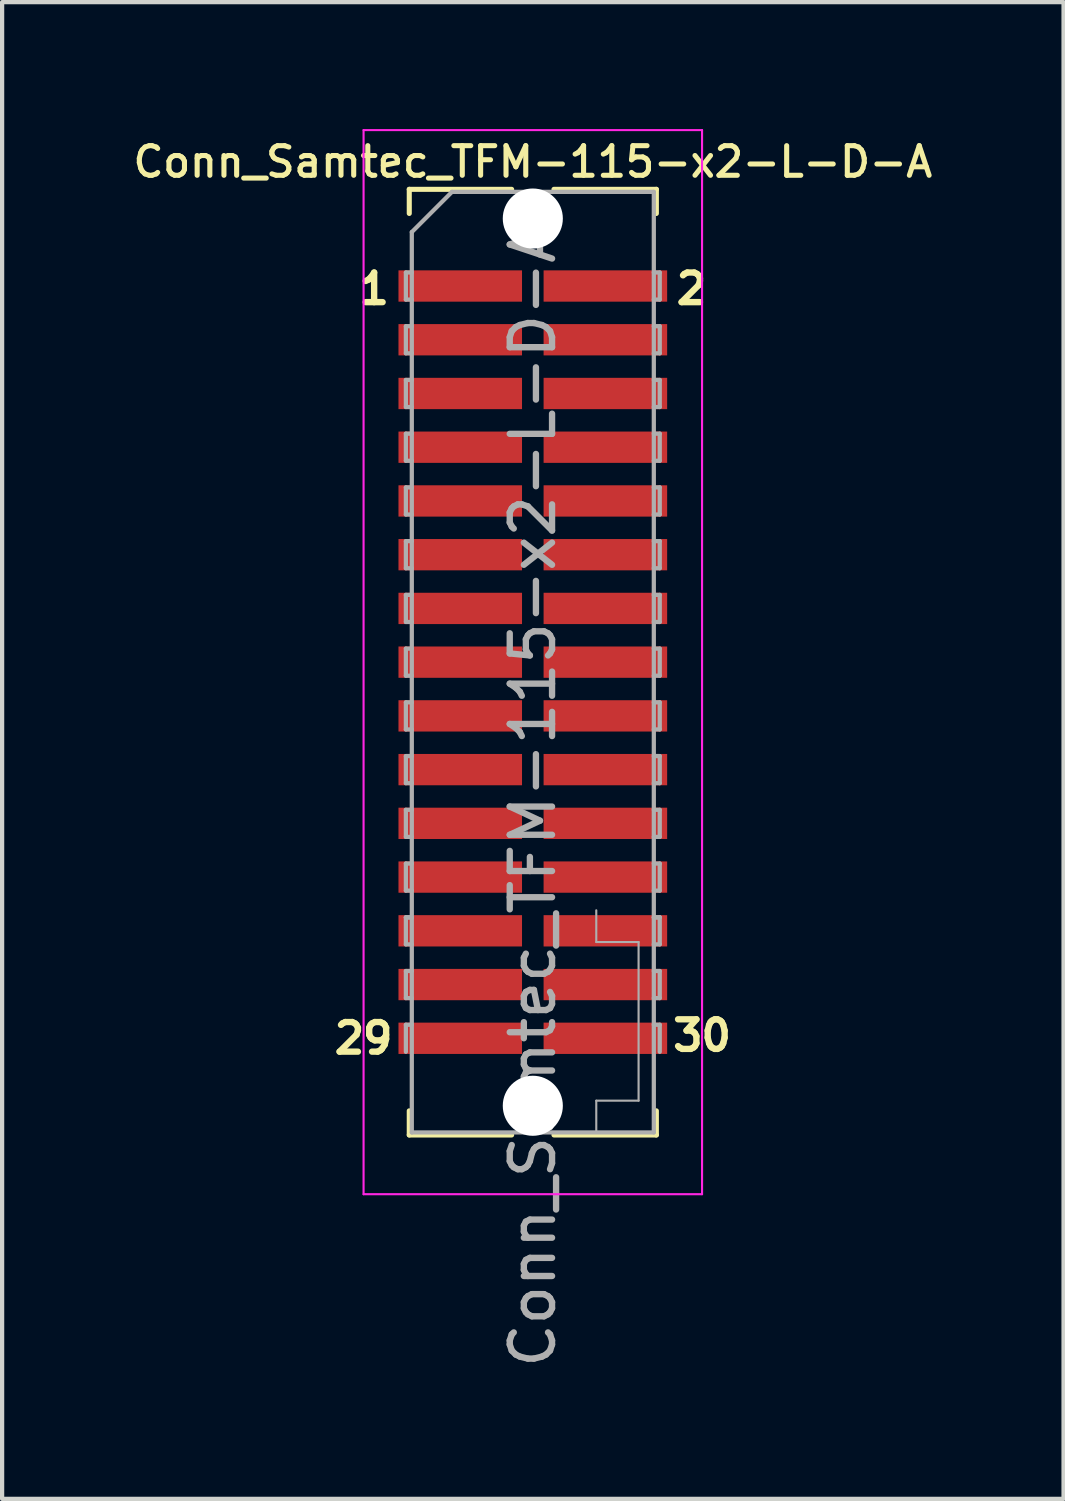
<source format=kicad_pcb>
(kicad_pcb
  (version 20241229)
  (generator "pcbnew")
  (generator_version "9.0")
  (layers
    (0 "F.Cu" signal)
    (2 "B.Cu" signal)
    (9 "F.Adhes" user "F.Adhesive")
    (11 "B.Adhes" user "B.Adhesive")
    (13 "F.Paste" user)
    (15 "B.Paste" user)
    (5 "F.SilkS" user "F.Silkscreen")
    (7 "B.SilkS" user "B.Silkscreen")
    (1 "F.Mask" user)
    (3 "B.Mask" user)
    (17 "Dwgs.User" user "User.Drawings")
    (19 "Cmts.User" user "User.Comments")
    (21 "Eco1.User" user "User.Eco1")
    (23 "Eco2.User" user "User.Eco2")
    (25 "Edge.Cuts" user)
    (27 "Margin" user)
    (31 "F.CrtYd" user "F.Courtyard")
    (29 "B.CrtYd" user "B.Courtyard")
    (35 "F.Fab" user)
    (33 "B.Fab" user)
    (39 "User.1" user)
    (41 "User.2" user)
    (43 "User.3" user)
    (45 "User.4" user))
  (footprint "Conn_Samtec_TFM-115-x2-L-D-A"
    (layer "F.Cu")
    (at 9.543 12.6)
    (property "Reference" "Conn_Samtec_TFM-115-x2-L-D-A" (at 0 -11.825 0) (layer "F.SilkS") (effects (font (size 0.7 0.7) (thickness 0.12))))
    (attr smd)
    (fp_line (start -2.92 -11.175) (end -2.92 -10.605) (stroke (width 0.12) (type solid)) (layer "F.SilkS"))
    (fp_line (start -2.92 -11.175) (end -0.5 -11.175) (stroke (width 0.12) (type solid)) (layer "F.SilkS"))
    (fp_line (start -2.92 10.605) (end -2.92 11.175) (stroke (width 0.12) (type solid)) (layer "F.SilkS"))
    (fp_line (start -2.92 11.175) (end -0.5 11.175) (stroke (width 0.12) (type solid)) (layer "F.SilkS"))
    (fp_line (start 0.5 -11.175) (end 2.92 -11.175) (stroke (width 0.12) (type solid)) (layer "F.SilkS"))
    (fp_line (start 0.5 11.175) (end 2.92 11.175) (stroke (width 0.12) (type solid)) (layer "F.SilkS"))
    (fp_line (start 2.92 -11.175) (end 2.92 -10.605) (stroke (width 0.12) (type solid)) (layer "F.SilkS"))
    (fp_line (start 2.92 10.605) (end 2.92 11.175) (stroke (width 0.12) (type solid)) (layer "F.SilkS"))
    (fp_line (start -4 12.575) (end -4 -12.575) (stroke (width 0.05) (type solid)) (layer "F.CrtYd"))
    (fp_line (start -4 12.575) (end 4 12.575) (stroke (width 0.05) (type solid)) (layer "F.CrtYd"))
    (fp_line (start 4 -12.575) (end -4 -12.575) (stroke (width 0.05) (type solid)) (layer "F.CrtYd"))
    (fp_line (start 4 12.575) (end 4 -12.575) (stroke (width 0.05) (type solid)) (layer "F.CrtYd"))
    (fp_line (start -3 -9.21) (end -3 -8.57) (stroke (width 0.1) (type solid)) (layer "F.Fab"))
    (fp_line (start -3 -8.57) (end -2.86 -8.57) (stroke (width 0.1) (type solid)) (layer "F.Fab"))
    (fp_line (start -3 -7.94) (end -3 -7.3) (stroke (width 0.1) (type solid)) (layer "F.Fab"))
    (fp_line (start -3 -7.3) (end -2.86 -7.3) (stroke (width 0.1) (type solid)) (layer "F.Fab"))
    (fp_line (start -3 -6.67) (end -3 -6.03) (stroke (width 0.1) (type solid)) (layer "F.Fab"))
    (fp_line (start -3 -6.03) (end -2.86 -6.03) (stroke (width 0.1) (type solid)) (layer "F.Fab"))
    (fp_line (start -3 -5.4) (end -3 -4.76) (stroke (width 0.1) (type solid)) (layer "F.Fab"))
    (fp_line (start -3 -4.76) (end -2.86 -4.76) (stroke (width 0.1) (type solid)) (layer "F.Fab"))
    (fp_line (start -3 -4.13) (end -3 -3.49) (stroke (width 0.1) (type solid)) (layer "F.Fab"))
    (fp_line (start -3 -3.49) (end -2.86 -3.49) (stroke (width 0.1) (type solid)) (layer "F.Fab"))
    (fp_line (start -3 -2.86) (end -3 -2.22) (stroke (width 0.1) (type solid)) (layer "F.Fab"))
    (fp_line (start -3 -2.22) (end -2.86 -2.22) (stroke (width 0.1) (type solid)) (layer "F.Fab"))
    (fp_line (start -3 -1.59) (end -3 -0.95) (stroke (width 0.1) (type solid)) (layer "F.Fab"))
    (fp_line (start -3 -0.95) (end -2.86 -0.95) (stroke (width 0.1) (type solid)) (layer "F.Fab"))
    (fp_line (start -3 -0.32) (end -3 0.32) (stroke (width 0.1) (type solid)) (layer "F.Fab"))
    (fp_line (start -3 0.32) (end -2.86 0.32) (stroke (width 0.1) (type solid)) (layer "F.Fab"))
    (fp_line (start -3 0.95) (end -3 1.59) (stroke (width 0.1) (type solid)) (layer "F.Fab"))
    (fp_line (start -3 1.59) (end -2.86 1.59) (stroke (width 0.1) (type solid)) (layer "F.Fab"))
    (fp_line (start -3 2.22) (end -3 2.86) (stroke (width 0.1) (type solid)) (layer "F.Fab"))
    (fp_line (start -3 2.86) (end -2.86 2.86) (stroke (width 0.1) (type solid)) (layer "F.Fab"))
    (fp_line (start -3 3.49) (end -3 4.13) (stroke (width 0.1) (type solid)) (layer "F.Fab"))
    (fp_line (start -3 4.13) (end -2.86 4.13) (stroke (width 0.1) (type solid)) (layer "F.Fab"))
    (fp_line (start -3 4.76) (end -3 5.4) (stroke (width 0.1) (type solid)) (layer "F.Fab"))
    (fp_line (start -3 5.4) (end -2.86 5.4) (stroke (width 0.1) (type solid)) (layer "F.Fab"))
    (fp_line (start -3 6.03) (end -3 6.67) (stroke (width 0.1) (type solid)) (layer "F.Fab"))
    (fp_line (start -3 6.035) (end -2.86 6.035) (stroke (width 0.1) (type solid)) (layer "F.Fab"))
    (fp_line (start -3 6.67) (end -2.86 6.67) (stroke (width 0.1) (type solid)) (layer "F.Fab"))
    (fp_line (start -3 7.3) (end -3 7.94) (stroke (width 0.1) (type solid)) (layer "F.Fab"))
    (fp_line (start -3 7.94) (end -2.86 7.94) (stroke (width 0.1) (type solid)) (layer "F.Fab"))
    (fp_line (start -3 8.57) (end -3 9.21) (stroke (width 0.1) (type solid)) (layer "F.Fab"))
    (fp_line (start -2.86 -10.165) (end -1.91 -11.115) (stroke (width 0.1) (type solid)) (layer "F.Fab"))
    (fp_line (start -2.86 -9.21) (end -3 -9.21) (stroke (width 0.1) (type solid)) (layer "F.Fab"))
    (fp_line (start -2.86 -7.94) (end -3 -7.94) (stroke (width 0.1) (type solid)) (layer "F.Fab"))
    (fp_line (start -2.86 -6.67) (end -3 -6.67) (stroke (width 0.1) (type solid)) (layer "F.Fab"))
    (fp_line (start -2.86 -5.4) (end -3 -5.4) (stroke (width 0.1) (type solid)) (layer "F.Fab"))
    (fp_line (start -2.86 -4.13) (end -3 -4.13) (stroke (width 0.1) (type solid)) (layer "F.Fab"))
    (fp_line (start -2.86 -2.86) (end -3 -2.86) (stroke (width 0.1) (type solid)) (layer "F.Fab"))
    (fp_line (start -2.86 -1.59) (end -3 -1.59) (stroke (width 0.1) (type solid)) (layer "F.Fab"))
    (fp_line (start -2.86 -0.32) (end -3 -0.32) (stroke (width 0.1) (type solid)) (layer "F.Fab"))
    (fp_line (start -2.86 0.95) (end -3 0.95) (stroke (width 0.1) (type solid)) (layer "F.Fab"))
    (fp_line (start -2.86 2.22) (end -3 2.22) (stroke (width 0.1) (type solid)) (layer "F.Fab"))
    (fp_line (start -2.86 3.49) (end -3 3.49) (stroke (width 0.1) (type solid)) (layer "F.Fab"))
    (fp_line (start -2.86 4.76) (end -3 4.76) (stroke (width 0.1) (type solid)) (layer "F.Fab"))
    (fp_line (start -2.86 6.03) (end -3 6.03) (stroke (width 0.1) (type solid)) (layer "F.Fab"))
    (fp_line (start -2.86 7.3) (end -3 7.3) (stroke (width 0.1) (type solid)) (layer "F.Fab"))
    (fp_line (start -2.86 8.57) (end -3 8.57) (stroke (width 0.1) (type solid)) (layer "F.Fab"))
    (fp_line (start -2.86 11.115) (end -2.86 -10.165) (stroke (width 0.1) (type solid)) (layer "F.Fab"))
    (fp_line (start -1.91 -11.115) (end 2.86 -11.115) (stroke (width 0.1) (type solid)) (layer "F.Fab"))
    (fp_line (start 1.5 6.615) (end 1.5 5.865) (stroke (width 0.05) (type solid)) (layer "F.Fab"))
    (fp_line (start 1.5 10.365) (end 2.5 10.365) (stroke (width 0.05) (type solid)) (layer "F.Fab"))
    (fp_line (start 1.5 11.115) (end 1.5 10.365) (stroke (width 0.05) (type solid)) (layer "F.Fab"))
    (fp_line (start 2.5 6.615) (end 1.5 6.615) (stroke (width 0.05) (type solid)) (layer "F.Fab"))
    (fp_line (start 2.5 10.365) (end 2.5 6.615) (stroke (width 0.05) (type solid)) (layer "F.Fab"))
    (fp_line (start 2.86 -11.115) (end 2.86 11.115) (stroke (width 0.1) (type solid)) (layer "F.Fab"))
    (fp_line (start 2.86 -8.57) (end 3 -8.57) (stroke (width 0.1) (type solid)) (layer "F.Fab"))
    (fp_line (start 2.86 -7.3) (end 3 -7.3) (stroke (width 0.1) (type solid)) (layer "F.Fab"))
    (fp_line (start 2.86 -6.03) (end 3 -6.03) (stroke (width 0.1) (type solid)) (layer "F.Fab"))
    (fp_line (start 2.86 -4.76) (end 3 -4.76) (stroke (width 0.1) (type solid)) (layer "F.Fab"))
    (fp_line (start 2.86 -3.49) (end 3 -3.49) (stroke (width 0.1) (type solid)) (layer "F.Fab"))
    (fp_line (start 2.86 -2.22) (end 3 -2.22) (stroke (width 0.1) (type solid)) (layer "F.Fab"))
    (fp_line (start 2.86 -0.95) (end 3 -0.95) (stroke (width 0.1) (type solid)) (layer "F.Fab"))
    (fp_line (start 2.86 0.32) (end 3 0.32) (stroke (width 0.1) (type solid)) (layer "F.Fab"))
    (fp_line (start 2.86 1.59) (end 3 1.59) (stroke (width 0.1) (type solid)) (layer "F.Fab"))
    (fp_line (start 2.86 2.86) (end 3 2.86) (stroke (width 0.1) (type solid)) (layer "F.Fab"))
    (fp_line (start 2.86 4.13) (end 3 4.13) (stroke (width 0.1) (type solid)) (layer "F.Fab"))
    (fp_line (start 2.86 5.4) (end 3 5.4) (stroke (width 0.1) (type solid)) (layer "F.Fab"))
    (fp_line (start 2.86 6.035) (end 3 6.035) (stroke (width 0.1) (type solid)) (layer "F.Fab"))
    (fp_line (start 2.86 6.67) (end 3 6.67) (stroke (width 0.1) (type solid)) (layer "F.Fab"))
    (fp_line (start 2.86 7.94) (end 3 7.94) (stroke (width 0.1) (type solid)) (layer "F.Fab"))
    (fp_line (start 2.86 11.115) (end -2.86 11.115) (stroke (width 0.1) (type solid)) (layer "F.Fab"))
    (fp_line (start 3 -9.21) (end 2.86 -9.21) (stroke (width 0.1) (type solid)) (layer "F.Fab"))
    (fp_line (start 3 -8.57) (end 3 -9.21) (stroke (width 0.1) (type solid)) (layer "F.Fab"))
    (fp_line (start 3 -7.94) (end 2.86 -7.94) (stroke (width 0.1) (type solid)) (layer "F.Fab"))
    (fp_line (start 3 -7.3) (end 3 -7.94) (stroke (width 0.1) (type solid)) (layer "F.Fab"))
    (fp_line (start 3 -6.67) (end 2.86 -6.67) (stroke (width 0.1) (type solid)) (layer "F.Fab"))
    (fp_line (start 3 -6.03) (end 3 -6.67) (stroke (width 0.1) (type solid)) (layer "F.Fab"))
    (fp_line (start 3 -5.4) (end 2.86 -5.4) (stroke (width 0.1) (type solid)) (layer "F.Fab"))
    (fp_line (start 3 -4.76) (end 3 -5.4) (stroke (width 0.1) (type solid)) (layer "F.Fab"))
    (fp_line (start 3 -4.13) (end 2.86 -4.13) (stroke (width 0.1) (type solid)) (layer "F.Fab"))
    (fp_line (start 3 -3.49) (end 3 -4.13) (stroke (width 0.1) (type solid)) (layer "F.Fab"))
    (fp_line (start 3 -2.86) (end 2.86 -2.86) (stroke (width 0.1) (type solid)) (layer "F.Fab"))
    (fp_line (start 3 -2.22) (end 3 -2.86) (stroke (width 0.1) (type solid)) (layer "F.Fab"))
    (fp_line (start 3 -1.59) (end 2.86 -1.59) (stroke (width 0.1) (type solid)) (layer "F.Fab"))
    (fp_line (start 3 -0.95) (end 3 -1.59) (stroke (width 0.1) (type solid)) (layer "F.Fab"))
    (fp_line (start 3 -0.32) (end 2.86 -0.32) (stroke (width 0.1) (type solid)) (layer "F.Fab"))
    (fp_line (start 3 0.32) (end 3 -0.32) (stroke (width 0.1) (type solid)) (layer "F.Fab"))
    (fp_line (start 3 0.95) (end 2.86 0.95) (stroke (width 0.1) (type solid)) (layer "F.Fab"))
    (fp_line (start 3 1.59) (end 3 0.95) (stroke (width 0.1) (type solid)) (layer "F.Fab"))
    (fp_line (start 3 2.22) (end 2.86 2.22) (stroke (width 0.1) (type solid)) (layer "F.Fab"))
    (fp_line (start 3 2.86) (end 3 2.22) (stroke (width 0.1) (type solid)) (layer "F.Fab"))
    (fp_line (start 3 3.49) (end 2.86 3.49) (stroke (width 0.1) (type solid)) (layer "F.Fab"))
    (fp_line (start 3 4.13) (end 3 3.49) (stroke (width 0.1) (type solid)) (layer "F.Fab"))
    (fp_line (start 3 4.76) (end 2.86 4.76) (stroke (width 0.1) (type solid)) (layer "F.Fab"))
    (fp_line (start 3 5.4) (end 3 4.76) (stroke (width 0.1) (type solid)) (layer "F.Fab"))
    (fp_line (start 3 6.03) (end 2.86 6.03) (stroke (width 0.1) (type solid)) (layer "F.Fab"))
    (fp_line (start 3 6.67) (end 3 6.03) (stroke (width 0.1) (type solid)) (layer "F.Fab"))
    (fp_line (start 3 7.3) (end 2.86 7.3) (stroke (width 0.1) (type solid)) (layer "F.Fab"))
    (fp_line (start 3 7.94) (end 3 7.3) (stroke (width 0.1) (type solid)) (layer "F.Fab"))
    (fp_line (start 3 8.57) (end 2.86 8.57) (stroke (width 0.1) (type solid)) (layer "F.Fab"))
    (fp_line (start 3 9.21) (end 3 8.57) (stroke (width 0.1) (type solid)) (layer "F.Fab"))
    (fp_text user "29" (at -4 8.89 0) (layer "F.SilkS") (effects (font (size 0.7 0.7) (thickness 0.15))))
    (fp_text user "2" (at 3.75 -8.825 180) (layer "F.SilkS") (effects (font (size 0.7 0.7) (thickness 0.15))))
    (fp_text user "1" (at -3.75 -8.825 0) (layer "F.SilkS") (effects (font (size 0.7 0.7) (thickness 0.15))))
    (fp_text user "30" (at 4 8.825 180) (layer "F.SilkS") (effects (font (size 0.7 0.7) (thickness 0.15))))
    (fp_text user "${REFERENCE}" (at 0 3.175 90) (layer "F.Fab") (effects (font (size 1 1) (thickness 0.15))))
    (pad "" np_thru_hole circle (at 0 -10.485) (size 1.42 1.42) (drill 1.42) (layers "*.Cu" "*.Mask"))
    (pad "" np_thru_hole circle (at 0 10.485) (size 1.42 1.42) (drill 1.42) (layers "*.Cu" "*.Mask"))
    (pad "1" smd rect (at -1.715 -8.89) (size 2.92 0.74) (layers "F.Cu" "F.Mask" "F.Paste"))
    (pad "2" smd rect (at 1.715 -8.89) (size 2.92 0.74) (layers "F.Cu" "F.Mask" "F.Paste"))
    (pad "3" smd rect (at -1.715 -7.62) (size 2.92 0.74) (layers "F.Cu" "F.Mask" "F.Paste"))
    (pad "4" smd rect (at 1.715 -7.62) (size 2.92 0.74) (layers "F.Cu" "F.Mask" "F.Paste"))
    (pad "5" smd rect (at -1.715 -6.35) (size 2.92 0.74) (layers "F.Cu" "F.Mask" "F.Paste"))
    (pad "6" smd rect (at 1.715 -6.35) (size 2.92 0.74) (layers "F.Cu" "F.Mask" "F.Paste"))
    (pad "7" smd rect (at -1.715 -5.08) (size 2.92 0.74) (layers "F.Cu" "F.Mask" "F.Paste"))
    (pad "8" smd rect (at 1.715 -5.08) (size 2.92 0.74) (layers "F.Cu" "F.Mask" "F.Paste"))
    (pad "9" smd rect (at -1.715 -3.81) (size 2.92 0.74) (layers "F.Cu" "F.Mask" "F.Paste"))
    (pad "10" smd rect (at 1.715 -3.81) (size 2.92 0.74) (layers "F.Cu" "F.Mask" "F.Paste"))
    (pad "11" smd rect (at -1.715 -2.54) (size 2.92 0.74) (layers "F.Cu" "F.Mask" "F.Paste"))
    (pad "12" smd rect (at 1.715 -2.54) (size 2.92 0.74) (layers "F.Cu" "F.Mask" "F.Paste"))
    (pad "13" smd rect (at -1.715 -1.27) (size 2.92 0.74) (layers "F.Cu" "F.Mask" "F.Paste"))
    (pad "14" smd rect (at 1.715 -1.27) (size 2.92 0.74) (layers "F.Cu" "F.Mask" "F.Paste"))
    (pad "15" smd rect (at -1.715 0) (size 2.92 0.74) (layers "F.Cu" "F.Mask" "F.Paste"))
    (pad "16" smd rect (at 1.715 0) (size 2.92 0.74) (layers "F.Cu" "F.Mask" "F.Paste"))
    (pad "17" smd rect (at -1.715 1.27) (size 2.92 0.74) (layers "F.Cu" "F.Mask" "F.Paste"))
    (pad "18" smd rect (at 1.715 1.27) (size 2.92 0.74) (layers "F.Cu" "F.Mask" "F.Paste"))
    (pad "19" smd rect (at -1.715 2.54) (size 2.92 0.74) (layers "F.Cu" "F.Mask" "F.Paste"))
    (pad "20" smd rect (at 1.715 2.54) (size 2.92 0.74) (layers "F.Cu" "F.Mask" "F.Paste"))
    (pad "21" smd rect (at -1.715 3.81) (size 2.92 0.74) (layers "F.Cu" "F.Mask" "F.Paste"))
    (pad "22" smd rect (at 1.715 3.81) (size 2.92 0.74) (layers "F.Cu" "F.Mask" "F.Paste"))
    (pad "23" smd rect (at -1.715 5.08) (size 2.92 0.74) (layers "F.Cu" "F.Mask" "F.Paste"))
    (pad "24" smd rect (at 1.715 5.08) (size 2.92 0.74) (layers "F.Cu" "F.Mask" "F.Paste"))
    (pad "25" smd rect (at -1.715 6.35) (size 2.92 0.74) (layers "F.Cu" "F.Mask" "F.Paste"))
    (pad "26" smd rect (at 1.715 6.35) (size 2.92 0.74) (layers "F.Cu" "F.Mask" "F.Paste"))
    (pad "27" smd rect (at -1.715 7.62) (size 2.92 0.74) (layers "F.Cu" "F.Mask" "F.Paste"))
    (pad "28" smd rect (at 1.715 7.62) (size 2.92 0.74) (layers "F.Cu" "F.Mask" "F.Paste"))
    (pad "29" smd rect (at -1.715 8.89) (size 2.92 0.74) (layers "F.Cu" "F.Mask" "F.Paste"))
    (pad "30" smd rect (at 1.715 8.89) (size 2.92 0.74) (layers "F.Cu" "F.Mask" "F.Paste")))
  (gr_rect
    (start -3 -3)
    (end 22.087 32.376)
    (stroke (width 0.1) (type default))
    (fill no)
    (layer "Edge.Cuts")))
</source>
